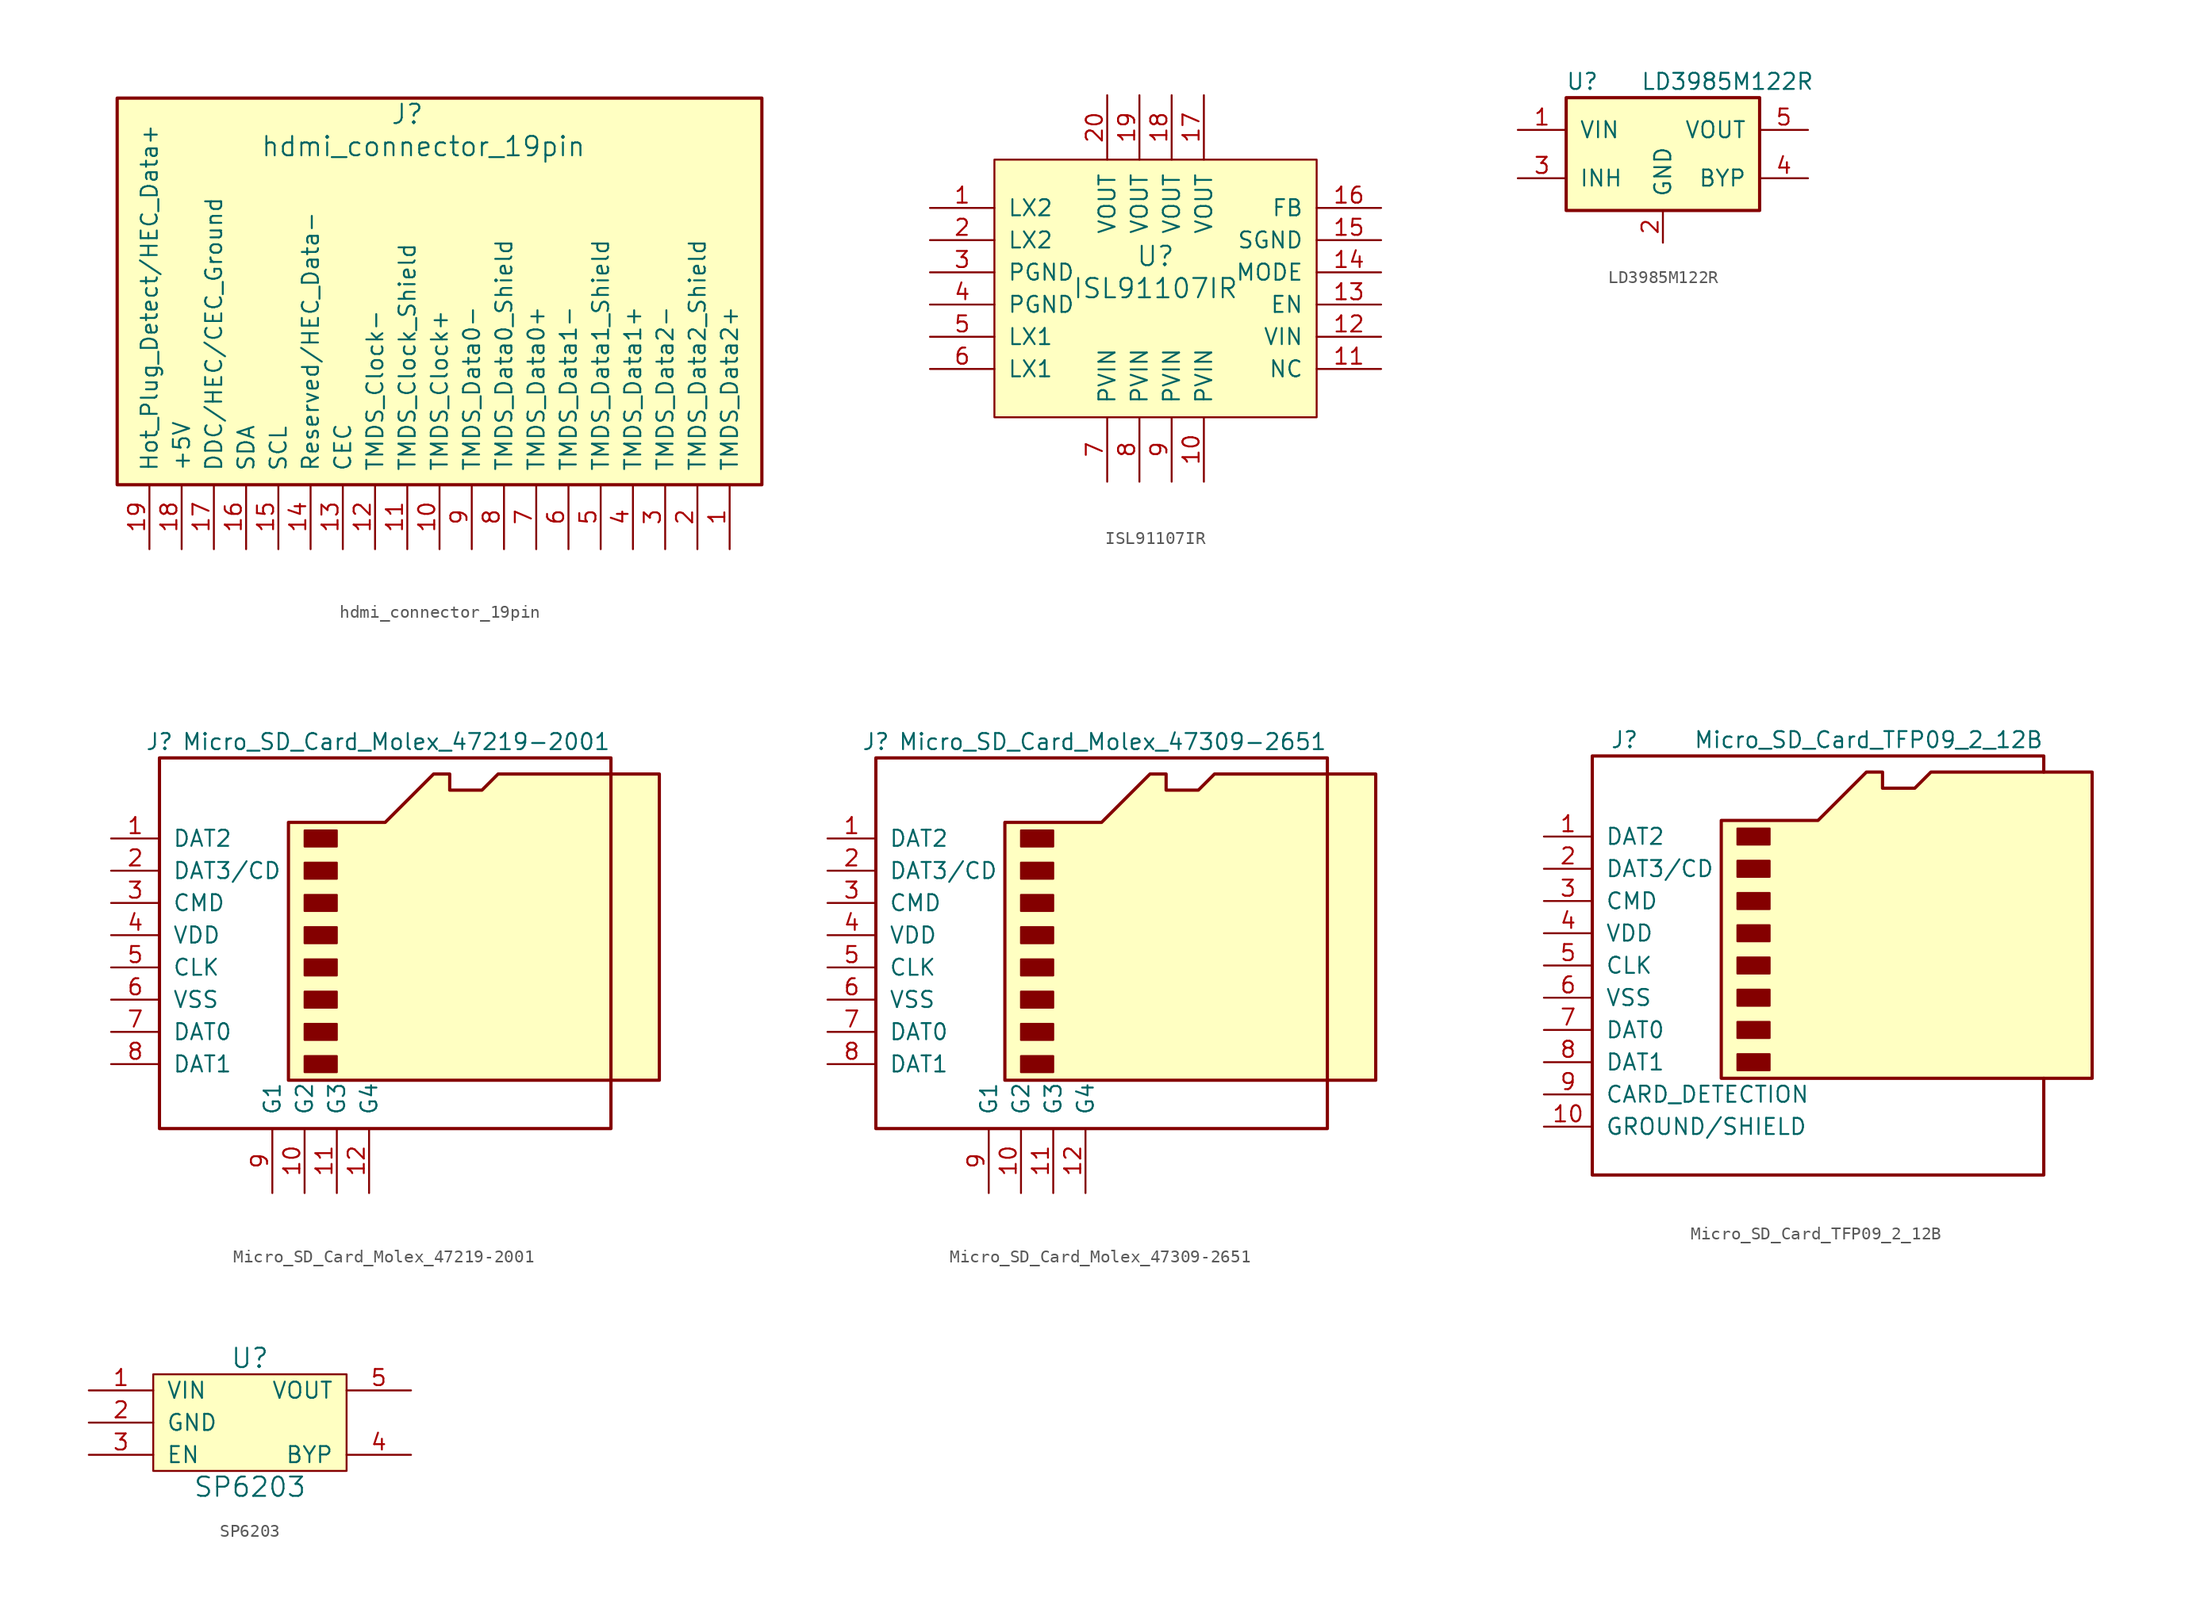
<source format=kicad_sym>
(kicad_symbol_lib
  (version 20241209)
  (generator "kicad_symbol_editor")
  (generator_version "9.0")
  (symbol "hdmi_connector_19pin"
    (pin_names
      (offset 1.016))
    (property "Reference" "J"
      (at 6.35 29.21 0)
      (effects (font (size 1.524 1.524))))
    (property "Value" "hdmi_connector_19pin"
      (at 7.62 26.67 0)
      (effects (font (size 1.524 1.524))))
    (symbol "hdmi_connector_19pin_0_1"
      (rectangle (start -16.51 0) (end 34.29 30.48) (stroke (width 0.254) (type solid)) (fill (type background))))
    (symbol "hdmi_connector_19pin_1_1"
      (pin input line (at -13.97 -5.08 90) (length 5.08) (name "Hot_Plug_Detect/HEC_Data+" (effects (font (size 1.27 1.27)))) (number "19" (effects (font (size 1.27 1.27)))))
      (pin input line (at -11.43 -5.08 90) (length 5.08) (name "+5V" (effects (font (size 1.27 1.27)))) (number "18" (effects (font (size 1.27 1.27)))))
      (pin input line (at -8.89 -5.08 90) (length 5.08) (name "DDC/HEC/CEC_Ground" (effects (font (size 1.27 1.27)))) (number "17" (effects (font (size 1.27 1.27)))))
      (pin input line (at -6.35 -5.08 90) (length 5.08) (name "SDA" (effects (font (size 1.27 1.27)))) (number "16" (effects (font (size 1.27 1.27)))))
      (pin input line (at -3.81 -5.08 90) (length 5.08) (name "SCL" (effects (font (size 1.27 1.27)))) (number "15" (effects (font (size 1.27 1.27)))))
      (pin input line (at -1.27 -5.08 90) (length 5.08) (name "Reserved/HEC_Data−" (effects (font (size 1.27 1.27)))) (number "14" (effects (font (size 1.27 1.27)))))
      (pin input line (at 1.27 -5.08 90) (length 5.08) (name "CEC" (effects (font (size 1.27 1.27)))) (number "13" (effects (font (size 1.27 1.27)))))
      (pin input line (at 3.81 -5.08 90) (length 5.08) (name "TMDS_Clock-" (effects (font (size 1.27 1.27)))) (number "12" (effects (font (size 1.27 1.27)))))
      (pin input line (at 6.35 -5.08 90) (length 5.08) (name "TMDS_Clock_Shield" (effects (font (size 1.27 1.27)))) (number "11" (effects (font (size 1.27 1.27)))))
      (pin input line (at 8.89 -5.08 90) (length 5.08) (name "TMDS_Clock+" (effects (font (size 1.27 1.27)))) (number "10" (effects (font (size 1.27 1.27)))))
      (pin input line (at 11.43 -5.08 90) (length 5.08) (name "TMDS_Data0-" (effects (font (size 1.27 1.27)))) (number "9" (effects (font (size 1.27 1.27)))))
      (pin input line (at 13.97 -5.08 90) (length 5.08) (name "TMDS_Data0_Shield" (effects (font (size 1.27 1.27)))) (number "8" (effects (font (size 1.27 1.27)))))
      (pin input line (at 16.51 -5.08 90) (length 5.08) (name "TMDS_Data0+" (effects (font (size 1.27 1.27)))) (number "7" (effects (font (size 1.27 1.27)))))
      (pin input line (at 19.05 -5.08 90) (length 5.08) (name "TMDS_Data1-" (effects (font (size 1.27 1.27)))) (number "6" (effects (font (size 1.27 1.27)))))
      (pin input line (at 21.59 -5.08 90) (length 5.08) (name "TMDS_Data1_Shield" (effects (font (size 1.27 1.27)))) (number "5" (effects (font (size 1.27 1.27)))))
      (pin input line (at 24.13 -5.08 90) (length 5.08) (name "TMDS_Data1+" (effects (font (size 1.27 1.27)))) (number "4" (effects (font (size 1.27 1.27)))))
      (pin input line (at 26.67 -5.08 90) (length 5.08) (name "TMDS_Data2-" (effects (font (size 1.27 1.27)))) (number "3" (effects (font (size 1.27 1.27)))))
      (pin input line (at 29.21 -5.08 90) (length 5.08) (name "TMDS_Data2_Shield" (effects (font (size 1.27 1.27)))) (number "2" (effects (font (size 1.27 1.27)))))
      (pin input line (at 31.75 -5.08 90) (length 5.08) (name "TMDS_Data2+" (effects (font (size 1.27 1.27)))) (number "1" (effects (font (size 1.27 1.27)))))))
  (symbol "ISL91107IR"
    (pin_names
      (offset 1.016))
    (property "Reference" "U"
      (at 0 2.54 0)
      (effects (font (size 1.524 1.524))))
    (property "Value" "ISL91107IR"
      (at 0 0 0)
      (effects (font (size 1.524 1.524))))
    (symbol "ISL91107IR_0_1"
      (rectangle (start -12.7 10.16) (end 12.7 -10.16) (stroke (width 0) (type solid)) (fill (type background))))
    (symbol "ISL91107IR_1_1"
      (pin input line (at -17.78 6.35 0) (length 5.08) (name "LX2" (effects (font (size 1.27 1.27)))) (number "1" (effects (font (size 1.27 1.27)))))
      (pin input line (at -17.78 3.81 0) (length 5.08) (name "LX2" (effects (font (size 1.27 1.27)))) (number "2" (effects (font (size 1.27 1.27)))))
      (pin input line (at -17.78 1.27 0) (length 5.08) (name "PGND" (effects (font (size 1.27 1.27)))) (number "3" (effects (font (size 1.27 1.27)))))
      (pin input line (at -17.78 -1.27 0) (length 5.08) (name "PGND" (effects (font (size 1.27 1.27)))) (number "4" (effects (font (size 1.27 1.27)))))
      (pin input line (at -17.78 -3.81 0) (length 5.08) (name "LX1" (effects (font (size 1.27 1.27)))) (number "5" (effects (font (size 1.27 1.27)))))
      (pin input line (at -17.78 -6.35 0) (length 5.08) (name "LX1" (effects (font (size 1.27 1.27)))) (number "6" (effects (font (size 1.27 1.27)))))
      (pin power_out line (at -3.81 15.24 270) (length 5.08) (name "VOUT" (effects (font (size 1.27 1.27)))) (number "20" (effects (font (size 1.27 1.27)))))
      (pin input line (at -3.81 -15.24 90) (length 5.08) (name "PVIN" (effects (font (size 1.27 1.27)))) (number "7" (effects (font (size 1.27 1.27)))))
      (pin power_out line (at -1.27 15.24 270) (length 5.08) (name "VOUT" (effects (font (size 1.27 1.27)))) (number "19" (effects (font (size 1.27 1.27)))))
      (pin input line (at -1.27 -15.24 90) (length 5.08) (name "PVIN" (effects (font (size 1.27 1.27)))) (number "8" (effects (font (size 1.27 1.27)))))
      (pin power_out line (at 1.27 15.24 270) (length 5.08) (name "VOUT" (effects (font (size 1.27 1.27)))) (number "18" (effects (font (size 1.27 1.27)))))
      (pin input line (at 1.27 -15.24 90) (length 5.08) (name "PVIN" (effects (font (size 1.27 1.27)))) (number "9" (effects (font (size 1.27 1.27)))))
      (pin power_out line (at 3.81 15.24 270) (length 5.08) (name "VOUT" (effects (font (size 1.27 1.27)))) (number "17" (effects (font (size 1.27 1.27)))))
      (pin input line (at 3.81 -15.24 90) (length 5.08) (name "PVIN" (effects (font (size 1.27 1.27)))) (number "10" (effects (font (size 1.27 1.27)))))
      (pin input line (at 17.78 6.35 180) (length 5.08) (name "FB" (effects (font (size 1.27 1.27)))) (number "16" (effects (font (size 1.27 1.27)))))
      (pin input line (at 17.78 3.81 180) (length 5.08) (name "SGND" (effects (font (size 1.27 1.27)))) (number "15" (effects (font (size 1.27 1.27)))))
      (pin input line (at 17.78 1.27 180) (length 5.08) (name "MODE" (effects (font (size 1.27 1.27)))) (number "14" (effects (font (size 1.27 1.27)))))
      (pin input line (at 17.78 -1.27 180) (length 5.08) (name "EN" (effects (font (size 1.27 1.27)))) (number "13" (effects (font (size 1.27 1.27)))))
      (pin input line (at 17.78 -3.81 180) (length 5.08) (name "VIN" (effects (font (size 1.27 1.27)))) (number "12" (effects (font (size 1.27 1.27)))))
      (pin input line (at 17.78 -6.35 180) (length 5.08) (name "NC" (effects (font (size 1.27 1.27)))) (number "11" (effects (font (size 1.27 1.27)))))))
  (symbol "LD3985M122R"
    (pin_names
      (offset 1.016))
    (property "Reference" "U"
      (at -6.35 5.08 0)
      (effects (font (size 1.27 1.27))))
    (property "Value" "LD3985M122R"
      (at 5.08 5.08 0)
      (effects (font (size 1.27 1.27))))
    (symbol "LD3985M122R_0_1"
      (rectangle (start -7.62 3.81) (end 7.62 -5.08) (stroke (width 0.254) (type solid)) (fill (type background))))
    (symbol "LD3985M122R_1_1"
      (pin power_in line (at -11.43 1.27 0) (length 3.81) (name "VIN" (effects (font (size 1.27 1.27)))) (number "1" (effects (font (size 1.27 1.27)))))
      (pin input line (at -11.43 -2.54 0) (length 3.81) (name "INH" (effects (font (size 1.27 1.27)))) (number "3" (effects (font (size 1.27 1.27)))))
      (pin power_in line (at 0 -7.62 90) (length 2.54) (name "GND" (effects (font (size 1.27 1.27)))) (number "2" (effects (font (size 1.27 1.27)))))
      (pin power_out line (at 11.43 1.27 180) (length 3.81) (name "VOUT" (effects (font (size 1.27 1.27)))) (number "5" (effects (font (size 1.27 1.27)))))
      (pin input line (at 11.43 -2.54 180) (length 3.81) (name "BYP" (effects (font (size 1.27 1.27)))) (number "4" (effects (font (size 1.27 1.27)))))))
  (symbol "Micro_SD_Card_Molex_47219-2001"
    (pin_names
      (offset 1.016))
    (property "Reference" "J"
      (at -19.05 17.78 0)
      (effects (font (size 1.27 1.27))))
    (property "Value" "Micro_SD_Card_Molex_47219-2001"
      (at 16.51 17.78 0)
      (effects (font (size 1.27 1.27)) (justify right)))
    (symbol "Micro_SD_Card_Molex_47219-2001_0_1"
      (polyline (pts (xy -8.89 -8.89) (xy -8.89 11.43) (xy -1.27 11.43) (xy 2.54 15.24) (xy 3.81 15.24) (xy 3.81 13.97) (xy 6.35 13.97) (xy 7.62 15.24) (xy 20.32 15.24) (xy 20.32 -8.89) (xy -8.89 -8.89)) (stroke (width 0.254) (type solid)) (fill (type background)))
      (rectangle (start -7.62 10.795) (end -5.08 9.525) (stroke (width 0) (type solid)) (fill (type outline)))
      (rectangle (start -7.62 8.255) (end -5.08 6.985) (stroke (width 0) (type solid)) (fill (type outline)))
      (rectangle (start -7.62 5.715) (end -5.08 4.445) (stroke (width 0) (type solid)) (fill (type outline)))
      (rectangle (start -7.62 3.175) (end -5.08 1.905) (stroke (width 0) (type solid)) (fill (type outline)))
      (rectangle (start -7.62 0.635) (end -5.08 -0.635) (stroke (width 0) (type solid)) (fill (type outline)))
      (rectangle (start -7.62 -1.905) (end -5.08 -3.175) (stroke (width 0) (type solid)) (fill (type outline)))
      (rectangle (start -7.62 -4.445) (end -5.08 -5.715) (stroke (width 0) (type solid)) (fill (type outline)))
      (rectangle (start -7.62 -6.985) (end -5.08 -8.255) (stroke (width 0) (type solid)) (fill (type outline)))
      (rectangle (start 16.51 16.51) (end -19.05 -12.7) (stroke (width 0.254) (type solid)) (fill (type none))))
    (symbol "Micro_SD_Card_Molex_47219-2001_1_1"
      (pin bidirectional line (at -22.86 10.16 0) (length 3.81) (name "DAT2" (effects (font (size 1.27 1.27)))) (number "1" (effects (font (size 1.27 1.27)))))
      (pin bidirectional line (at -22.86 7.62 0) (length 3.81) (name "DAT3/CD" (effects (font (size 1.27 1.27)))) (number "2" (effects (font (size 1.27 1.27)))))
      (pin input line (at -22.86 5.08 0) (length 3.81) (name "CMD" (effects (font (size 1.27 1.27)))) (number "3" (effects (font (size 1.27 1.27)))))
      (pin power_in line (at -22.86 2.54 0) (length 3.81) (name "VDD" (effects (font (size 1.27 1.27)))) (number "4" (effects (font (size 1.27 1.27)))))
      (pin input line (at -22.86 0 0) (length 3.81) (name "CLK" (effects (font (size 1.27 1.27)))) (number "5" (effects (font (size 1.27 1.27)))))
      (pin power_in line (at -22.86 -2.54 0) (length 3.81) (name "VSS" (effects (font (size 1.27 1.27)))) (number "6" (effects (font (size 1.27 1.27)))))
      (pin input line (at -22.86 -5.08 0) (length 3.81) (name "DAT0" (effects (font (size 1.27 1.27)))) (number "7" (effects (font (size 1.27 1.27)))))
      (pin input line (at -22.86 -7.62 0) (length 3.81) (name "DAT1" (effects (font (size 1.27 1.27)))) (number "8" (effects (font (size 1.27 1.27)))))
      (pin input line (at -10.16 -17.78 90) (length 5.08) (name "G1" (effects (font (size 1.27 1.27)))) (number "9" (effects (font (size 1.27 1.27)))))
      (pin input line (at -7.62 -17.78 90) (length 5.08) (name "G2" (effects (font (size 1.27 1.27)))) (number "10" (effects (font (size 1.27 1.27)))))
      (pin input line (at -5.08 -17.78 90) (length 5.08) (name "G3" (effects (font (size 1.27 1.27)))) (number "11" (effects (font (size 1.27 1.27)))))
      (pin input line (at -2.54 -17.78 90) (length 5.08) (name "G4" (effects (font (size 1.27 1.27)))) (number "12" (effects (font (size 1.27 1.27)))))))
  (symbol "Micro_SD_Card_Molex_47309-2651"
    (pin_names
      (offset 1.016))
    (property "Reference" "J"
      (at -19.05 17.78 0)
      (effects (font (size 1.27 1.27))))
    (property "Value" "Micro_SD_Card_Molex_47309-2651"
      (at 16.51 17.78 0)
      (effects (font (size 1.27 1.27)) (justify right)))
    (symbol "Micro_SD_Card_Molex_47309-2651_0_1"
      (polyline (pts (xy -8.89 -8.89) (xy -8.89 11.43) (xy -1.27 11.43) (xy 2.54 15.24) (xy 3.81 15.24) (xy 3.81 13.97) (xy 6.35 13.97) (xy 7.62 15.24) (xy 20.32 15.24) (xy 20.32 -8.89) (xy -8.89 -8.89)) (stroke (width 0.254) (type solid)) (fill (type background)))
      (rectangle (start -7.62 10.795) (end -5.08 9.525) (stroke (width 0) (type solid)) (fill (type outline)))
      (rectangle (start -7.62 8.255) (end -5.08 6.985) (stroke (width 0) (type solid)) (fill (type outline)))
      (rectangle (start -7.62 5.715) (end -5.08 4.445) (stroke (width 0) (type solid)) (fill (type outline)))
      (rectangle (start -7.62 3.175) (end -5.08 1.905) (stroke (width 0) (type solid)) (fill (type outline)))
      (rectangle (start -7.62 0.635) (end -5.08 -0.635) (stroke (width 0) (type solid)) (fill (type outline)))
      (rectangle (start -7.62 -1.905) (end -5.08 -3.175) (stroke (width 0) (type solid)) (fill (type outline)))
      (rectangle (start -7.62 -4.445) (end -5.08 -5.715) (stroke (width 0) (type solid)) (fill (type outline)))
      (rectangle (start -7.62 -6.985) (end -5.08 -8.255) (stroke (width 0) (type solid)) (fill (type outline)))
      (rectangle (start 16.51 16.51) (end -19.05 -12.7) (stroke (width 0.254) (type solid)) (fill (type none))))
    (symbol "Micro_SD_Card_Molex_47309-2651_1_1"
      (pin bidirectional line (at -22.86 10.16 0) (length 3.81) (name "DAT2" (effects (font (size 1.27 1.27)))) (number "1" (effects (font (size 1.27 1.27)))))
      (pin bidirectional line (at -22.86 7.62 0) (length 3.81) (name "DAT3/CD" (effects (font (size 1.27 1.27)))) (number "2" (effects (font (size 1.27 1.27)))))
      (pin input line (at -22.86 5.08 0) (length 3.81) (name "CMD" (effects (font (size 1.27 1.27)))) (number "3" (effects (font (size 1.27 1.27)))))
      (pin power_in line (at -22.86 2.54 0) (length 3.81) (name "VDD" (effects (font (size 1.27 1.27)))) (number "4" (effects (font (size 1.27 1.27)))))
      (pin input line (at -22.86 0 0) (length 3.81) (name "CLK" (effects (font (size 1.27 1.27)))) (number "5" (effects (font (size 1.27 1.27)))))
      (pin power_in line (at -22.86 -2.54 0) (length 3.81) (name "VSS" (effects (font (size 1.27 1.27)))) (number "6" (effects (font (size 1.27 1.27)))))
      (pin input line (at -22.86 -5.08 0) (length 3.81) (name "DAT0" (effects (font (size 1.27 1.27)))) (number "7" (effects (font (size 1.27 1.27)))))
      (pin input line (at -22.86 -7.62 0) (length 3.81) (name "DAT1" (effects (font (size 1.27 1.27)))) (number "8" (effects (font (size 1.27 1.27)))))
      (pin input line (at -10.16 -17.78 90) (length 5.08) (name "G1" (effects (font (size 1.27 1.27)))) (number "9" (effects (font (size 1.27 1.27)))))
      (pin input line (at -7.62 -17.78 90) (length 5.08) (name "G2" (effects (font (size 1.27 1.27)))) (number "10" (effects (font (size 1.27 1.27)))))
      (pin input line (at -5.08 -17.78 90) (length 5.08) (name "G3" (effects (font (size 1.27 1.27)))) (number "11" (effects (font (size 1.27 1.27)))))
      (pin input line (at -2.54 -17.78 90) (length 5.08) (name "G4" (effects (font (size 1.27 1.27)))) (number "12" (effects (font (size 1.27 1.27)))))))
  (symbol "Micro_SD_Card_TFP09_2_12B"
    (pin_names
      (offset 1.016))
    (property "Reference" "J"
      (at -16.51 17.78 0)
      (effects (font (size 1.27 1.27))))
    (property "Value" "Micro_SD_Card_TFP09_2_12B"
      (at 16.51 17.78 0)
      (effects (font (size 1.27 1.27)) (justify right)))
    (symbol "Micro_SD_Card_TFP09_2_12B_0_1"
      (polyline (pts (xy -8.89 -8.89) (xy -8.89 11.43) (xy -1.27 11.43) (xy 2.54 15.24) (xy 3.81 15.24) (xy 3.81 13.97) (xy 6.35 13.97) (xy 7.62 15.24) (xy 20.32 15.24) (xy 20.32 -8.89) (xy -8.89 -8.89)) (stroke (width 0.254) (type solid)) (fill (type background)))
      (rectangle (start -7.62 10.795) (end -5.08 9.525) (stroke (width 0) (type solid)) (fill (type outline)))
      (rectangle (start -7.62 8.255) (end -5.08 6.985) (stroke (width 0) (type solid)) (fill (type outline)))
      (rectangle (start -7.62 5.715) (end -5.08 4.445) (stroke (width 0) (type solid)) (fill (type outline)))
      (rectangle (start -7.62 3.175) (end -5.08 1.905) (stroke (width 0) (type solid)) (fill (type outline)))
      (rectangle (start -7.62 0.635) (end -5.08 -0.635) (stroke (width 0) (type solid)) (fill (type outline)))
      (rectangle (start -7.62 -1.905) (end -5.08 -3.175) (stroke (width 0) (type solid)) (fill (type outline)))
      (rectangle (start -7.62 -4.445) (end -5.08 -5.715) (stroke (width 0) (type solid)) (fill (type outline)))
      (rectangle (start -7.62 -6.985) (end -5.08 -8.255) (stroke (width 0) (type solid)) (fill (type outline)))
      (polyline (pts (xy 16.51 15.24) (xy 16.51 16.51) (xy -19.05 16.51) (xy -19.05 -16.51) (xy 16.51 -16.51) (xy 16.51 -8.89)) (stroke (width 0.254) (type solid)) (fill (type none))))
    (symbol "Micro_SD_Card_TFP09_2_12B_1_1"
      (pin bidirectional line (at -22.86 10.16 0) (length 3.81) (name "DAT2" (effects (font (size 1.27 1.27)))) (number "1" (effects (font (size 1.27 1.27)))))
      (pin bidirectional line (at -22.86 7.62 0) (length 3.81) (name "DAT3/CD" (effects (font (size 1.27 1.27)))) (number "2" (effects (font (size 1.27 1.27)))))
      (pin input line (at -22.86 5.08 0) (length 3.81) (name "CMD" (effects (font (size 1.27 1.27)))) (number "3" (effects (font (size 1.27 1.27)))))
      (pin power_in line (at -22.86 2.54 0) (length 3.81) (name "VDD" (effects (font (size 1.27 1.27)))) (number "4" (effects (font (size 1.27 1.27)))))
      (pin input line (at -22.86 0 0) (length 3.81) (name "CLK" (effects (font (size 1.27 1.27)))) (number "5" (effects (font (size 1.27 1.27)))))
      (pin power_in line (at -22.86 -2.54 0) (length 3.81) (name "VSS" (effects (font (size 1.27 1.27)))) (number "6" (effects (font (size 1.27 1.27)))))
      (pin input line (at -22.86 -5.08 0) (length 3.81) (name "DAT0" (effects (font (size 1.27 1.27)))) (number "7" (effects (font (size 1.27 1.27)))))
      (pin input line (at -22.86 -7.62 0) (length 3.81) (name "DAT1" (effects (font (size 1.27 1.27)))) (number "8" (effects (font (size 1.27 1.27)))))
      (pin passive line (at -22.86 -10.16 0) (length 3.81) (name "CARD_DETECTION" (effects (font (size 1.27 1.27)))) (number "9" (effects (font (size 1.27 1.27)))))
      (pin passive line (at -22.86 -12.7 0) (length 3.81) (name "GROUND/SHIELD" (effects (font (size 1.27 1.27)))) (number "10" (effects (font (size 1.27 1.27)))))))
  (symbol "SP6203"
    (pin_names
      (offset 1.016))
    (property "Reference" "U"
      (at 0 5.08 0)
      (effects (font (size 1.524 1.524))))
    (property "Value" "SP6203"
      (at 0 -5.08 0)
      (effects (font (size 1.524 1.524))))
    (symbol "SP6203_0_1"
      (rectangle (start -7.62 3.81) (end 7.62 -3.81) (stroke (width 0) (type solid)) (fill (type background))))
    (symbol "SP6203_1_1"
      (pin power_in line (at -12.7 2.54 0) (length 5.08) (name "VIN" (effects (font (size 1.27 1.27)))) (number "1" (effects (font (size 1.27 1.27)))))
      (pin power_out line (at -12.7 0 0) (length 5.08) (name "GND" (effects (font (size 1.27 1.27)))) (number "2" (effects (font (size 1.27 1.27)))))
      (pin input line (at -12.7 -2.54 0) (length 5.08) (name "EN" (effects (font (size 1.27 1.27)))) (number "3" (effects (font (size 1.27 1.27)))))
      (pin power_out line (at 12.7 2.54 180) (length 5.08) (name "VOUT" (effects (font (size 1.27 1.27)))) (number "5" (effects (font (size 1.27 1.27)))))
      (pin input line (at 12.7 -2.54 180) (length 5.08) (name "BYP" (effects (font (size 1.27 1.27)))) (number "4" (effects (font (size 1.27 1.27))))))))
</source>
